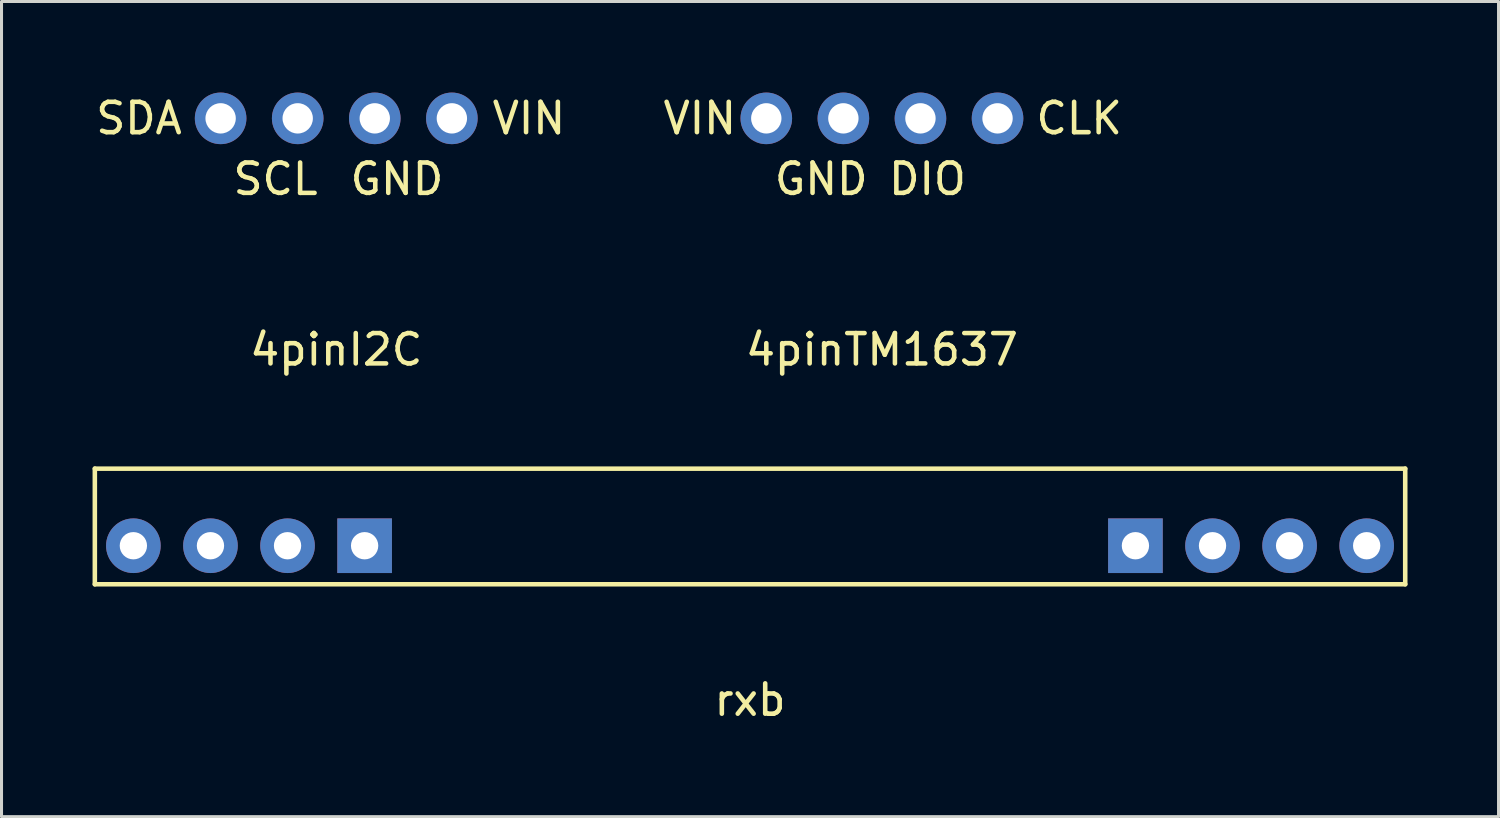
<source format=kicad_pcb>
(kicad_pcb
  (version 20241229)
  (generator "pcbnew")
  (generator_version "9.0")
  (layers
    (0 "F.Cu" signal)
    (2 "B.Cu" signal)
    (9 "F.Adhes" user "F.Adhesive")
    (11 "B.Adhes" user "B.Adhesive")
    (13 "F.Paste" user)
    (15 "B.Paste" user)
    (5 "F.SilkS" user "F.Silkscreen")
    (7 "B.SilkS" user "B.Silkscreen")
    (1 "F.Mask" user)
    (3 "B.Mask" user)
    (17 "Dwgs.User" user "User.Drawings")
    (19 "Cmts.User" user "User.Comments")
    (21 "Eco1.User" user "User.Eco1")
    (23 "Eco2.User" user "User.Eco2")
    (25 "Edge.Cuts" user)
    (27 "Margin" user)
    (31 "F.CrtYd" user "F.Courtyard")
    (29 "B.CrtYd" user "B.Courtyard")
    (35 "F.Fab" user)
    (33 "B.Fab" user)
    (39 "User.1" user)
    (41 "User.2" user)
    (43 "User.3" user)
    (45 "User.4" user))
  (footprint "4pinTM1637"
    (layer "F.Cu")
    (at 26.011 0.85)
    (property "Reference" "4pinTM1637" (at 0 7.62 0) (layer "F.SilkS") (effects (font (size 1 1) (thickness 0.15))))
    (attr through_hole)
    (fp_text user "CLK" (at 6.5 0 0) (layer "F.SilkS") (effects (font (size 1 1) (thickness 0.15))))
    (fp_text user "DIO" (at 1.5 2 0) (layer "F.SilkS") (effects (font (size 1 1) (thickness 0.15))))
    (fp_text user "GND" (at -2 2 0) (layer "F.SilkS") (effects (font (size 1 1) (thickness 0.15))))
    (fp_text user "VIN" (at -6 0 0) (layer "F.SilkS") (effects (font (size 1 1) (thickness 0.15))))
    (pad "1" thru_hole circle (at -3.81 0) (size 1.7 1.7) (drill 1) (layers "*.Cu" "*.Mask"))
    (pad "2" thru_hole circle (at -1.27 0) (size 1.7 1.7) (drill 1) (layers "*.Cu" "*.Mask"))
    (pad "3" thru_hole circle (at 1.27 0) (size 1.7 1.7) (drill 1) (layers "*.Cu" "*.Mask"))
    (pad "4" thru_hole circle (at 3.81 0 90) (size 1.7 1.7) (drill 1) (layers "*.Cu" "*.Mask")))
  (footprint "rxb"
    (layer "F.Cu")
    (at 21.665 14.933)
    (property "Reference" "rxb" (at 0 5.08 0) (layer "F.SilkS") (effects (font (size 1 1) (thickness 0.15))))
    (attr through_hole)
    (fp_line (start -21.59 -2.54) (end -21.59 1.27) (stroke (width 0.15) (type solid)) (layer "F.SilkS"))
    (fp_line (start -21.59 1.27) (end 21.59 1.27) (stroke (width 0.15) (type solid)) (layer "F.SilkS"))
    (fp_line (start 21.59 -2.54) (end -21.59 -2.54) (stroke (width 0.15) (type solid)) (layer "F.SilkS"))
    (fp_line (start 21.59 1.27) (end 21.59 -2.54) (stroke (width 0.15) (type solid)) (layer "F.SilkS"))
    (pad "1" thru_hole circle (at -20.32 0) (size 1.8 1.8) (drill 0.9) (layers "*.Cu" "*.Mask"))
    (pad "2" thru_hole circle (at -17.78 0) (size 1.8 1.8) (drill 0.9) (layers "*.Cu" "*.Mask"))
    (pad "3" thru_hole circle (at -15.24 0) (size 1.8 1.8) (drill 0.9) (layers "*.Cu" "*.Mask"))
    (pad "4" thru_hole rect (at -12.7 0) (size 1.8 1.8) (drill 0.9) (layers "*.Cu" "*.Mask"))
    (pad "5" thru_hole rect (at 12.7 0) (size 1.8 1.8) (drill 0.9) (layers "*.Cu" "*.Mask"))
    (pad "6" thru_hole circle (at 15.24 0) (size 1.8 1.8) (drill 0.9) (layers "*.Cu" "*.Mask"))
    (pad "7" thru_hole circle (at 17.78 0) (size 1.8 1.8) (drill 0.9) (layers "*.Cu" "*.Mask"))
    (pad "8" thru_hole circle (at 20.32 0) (size 1.8 1.8) (drill 0.9) (layers "*.Cu" "*.Mask")))
  (footprint "4pinI2C"
    (layer "F.Cu")
    (at 8.03 0.85)
    (property "Reference" "4pinI2C" (at 0 7.62 0) (layer "F.SilkS") (effects (font (size 1 1) (thickness 0.15))))
    (attr through_hole)
    (fp_text user "SDA" (at -6.5 0 0) (layer "F.SilkS") (effects (font (size 1 1) (thickness 0.15))))
    (fp_text user "VIN" (at 6.35 0 0) (layer "F.SilkS") (effects (font (size 1 1) (thickness 0.15))))
    (fp_text user "GND" (at 2 2 0) (layer "F.SilkS") (effects (font (size 1 1) (thickness 0.15))))
    (fp_text user "SCL" (at -2 2 0) (layer "F.SilkS") (effects (font (size 1 1) (thickness 0.15))))
    (pad "1" thru_hole circle (at 3.81 0 90) (size 1.7 1.7) (drill 1) (layers "*.Cu" "*.Mask"))
    (pad "2" thru_hole circle (at 1.27 0) (size 1.7 1.7) (drill 1) (layers "*.Cu" "*.Mask"))
    (pad "3" thru_hole circle (at -1.27 0) (size 1.7 1.7) (drill 1) (layers "*.Cu" "*.Mask"))
    (pad "4" thru_hole circle (at -3.81 0) (size 1.7 1.7) (drill 1) (layers "*.Cu" "*.Mask")))
  (gr_rect
    (start -3 -3)
    (end 46.33 23.861)
    (stroke (width 0.1) (type default))
    (fill no)
    (layer "Edge.Cuts")))
</source>
